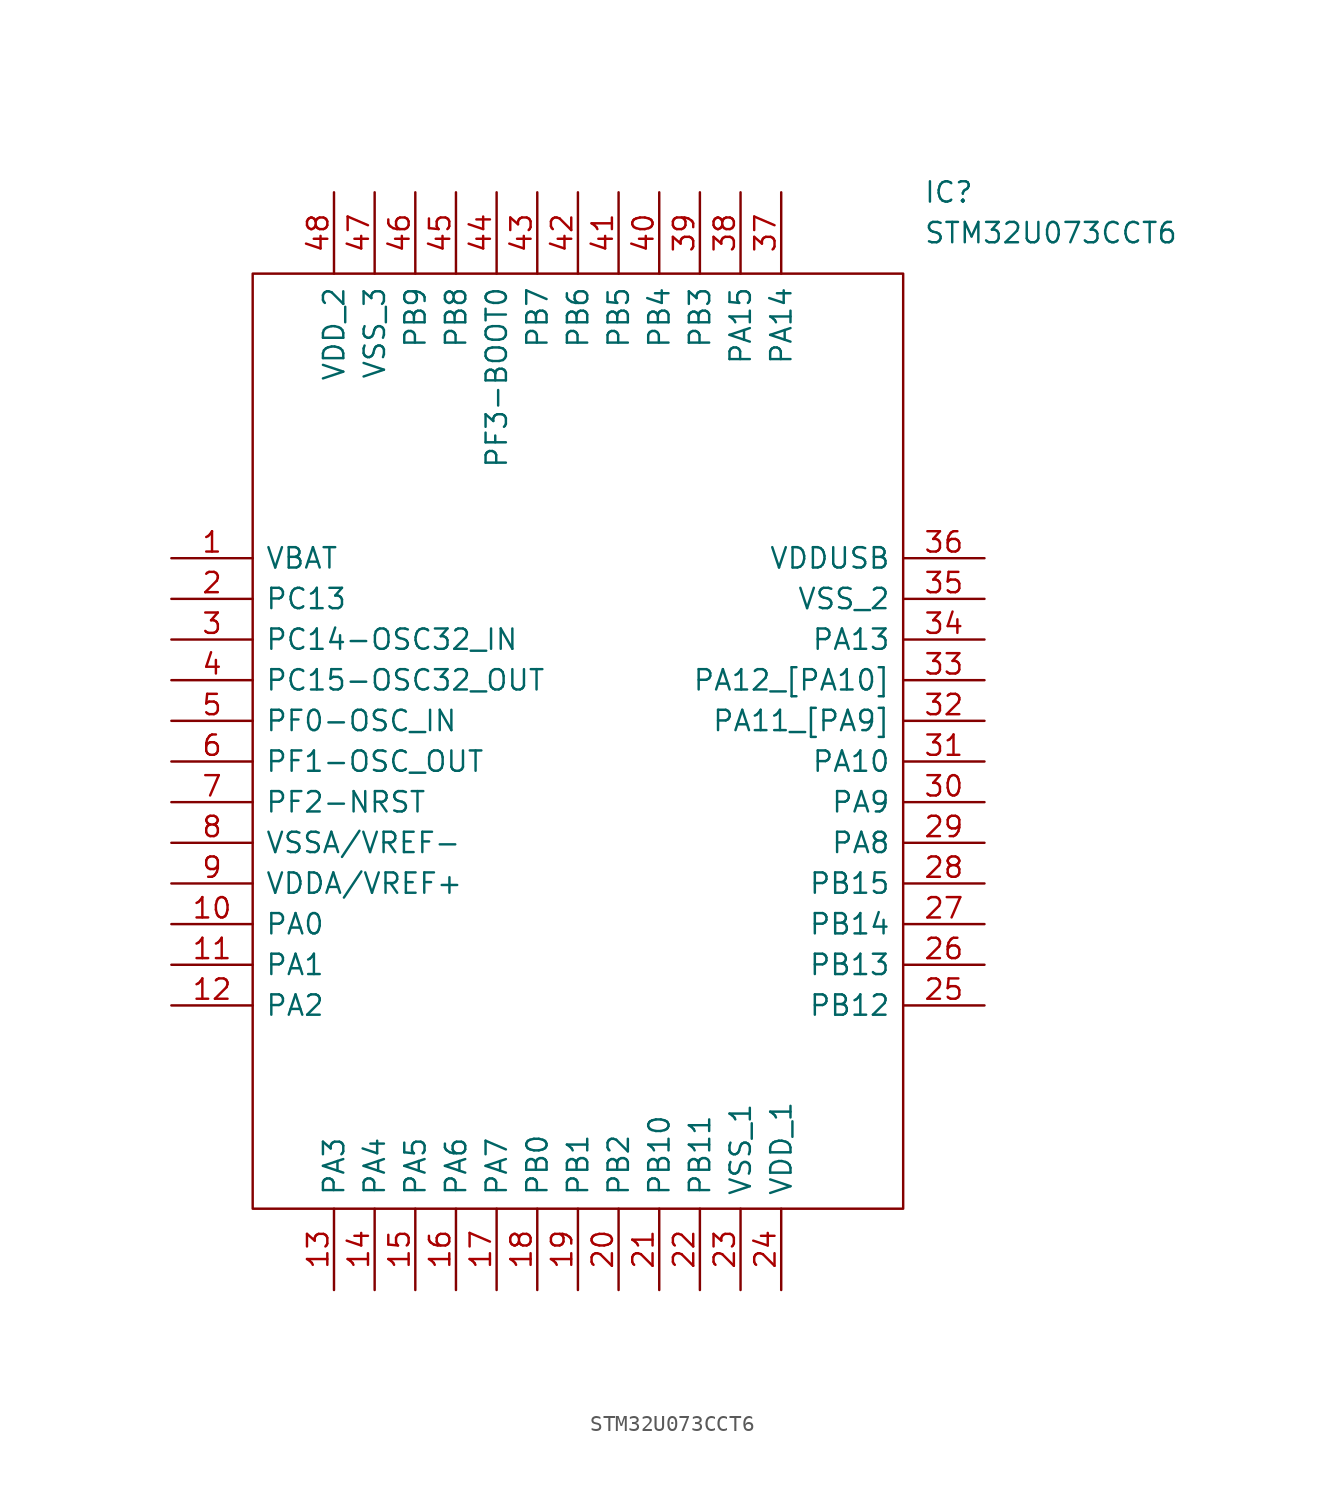
<source format=kicad_sym>
(kicad_symbol_lib
  (version 20231120)
  (generator "kicad_symbol_editor")
  (generator_version "8.0")
  (symbol "STM32U073CCT6"
    (pin_names
      (offset 0.762))
    (property "Reference" "IC"
      (at 46.99 22.86 0)
      (effects (font (size 1.27 1.27)) (justify left)))
    (property "Value" "STM32U073CCT6"
      (at 46.99 20.32 0)
      (effects (font (size 1.27 1.27)) (justify left)))
    (symbol "STM32U073CCT6_0_0"
      (pin passive line (at 0 0 0) (length 5.08) (name "VBAT" (effects (font (size 1.27 1.27)))) (number "1" (effects (font (size 1.27 1.27)))))
      (pin passive line (at 0 -22.86 0) (length 5.08) (name "PA0" (effects (font (size 1.27 1.27)))) (number "10" (effects (font (size 1.27 1.27)))))
      (pin passive line (at 0 -25.4 0) (length 5.08) (name "PA1" (effects (font (size 1.27 1.27)))) (number "11" (effects (font (size 1.27 1.27)))))
      (pin passive line (at 0 -27.94 0) (length 5.08) (name "PA2" (effects (font (size 1.27 1.27)))) (number "12" (effects (font (size 1.27 1.27)))))
      (pin passive line (at 10.16 -45.72 90) (length 5.08) (name "PA3" (effects (font (size 1.27 1.27)))) (number "13" (effects (font (size 1.27 1.27)))))
      (pin passive line (at 12.7 -45.72 90) (length 5.08) (name "PA4" (effects (font (size 1.27 1.27)))) (number "14" (effects (font (size 1.27 1.27)))))
      (pin passive line (at 15.24 -45.72 90) (length 5.08) (name "PA5" (effects (font (size 1.27 1.27)))) (number "15" (effects (font (size 1.27 1.27)))))
      (pin passive line (at 17.78 -45.72 90) (length 5.08) (name "PA6" (effects (font (size 1.27 1.27)))) (number "16" (effects (font (size 1.27 1.27)))))
      (pin passive line (at 20.32 -45.72 90) (length 5.08) (name "PA7" (effects (font (size 1.27 1.27)))) (number "17" (effects (font (size 1.27 1.27)))))
      (pin passive line (at 22.86 -45.72 90) (length 5.08) (name "PB0" (effects (font (size 1.27 1.27)))) (number "18" (effects (font (size 1.27 1.27)))))
      (pin passive line (at 25.4 -45.72 90) (length 5.08) (name "PB1" (effects (font (size 1.27 1.27)))) (number "19" (effects (font (size 1.27 1.27)))))
      (pin passive line (at 0 -2.54 0) (length 5.08) (name "PC13" (effects (font (size 1.27 1.27)))) (number "2" (effects (font (size 1.27 1.27)))))
      (pin passive line (at 27.94 -45.72 90) (length 5.08) (name "PB2" (effects (font (size 1.27 1.27)))) (number "20" (effects (font (size 1.27 1.27)))))
      (pin passive line (at 30.48 -45.72 90) (length 5.08) (name "PB10" (effects (font (size 1.27 1.27)))) (number "21" (effects (font (size 1.27 1.27)))))
      (pin passive line (at 33.02 -45.72 90) (length 5.08) (name "PB11" (effects (font (size 1.27 1.27)))) (number "22" (effects (font (size 1.27 1.27)))))
      (pin passive line (at 35.56 -45.72 90) (length 5.08) (name "VSS_1" (effects (font (size 1.27 1.27)))) (number "23" (effects (font (size 1.27 1.27)))))
      (pin passive line (at 38.1 -45.72 90) (length 5.08) (name "VDD_1" (effects (font (size 1.27 1.27)))) (number "24" (effects (font (size 1.27 1.27)))))
      (pin passive line (at 50.8 -27.94 180) (length 5.08) (name "PB12" (effects (font (size 1.27 1.27)))) (number "25" (effects (font (size 1.27 1.27)))))
      (pin passive line (at 50.8 -25.4 180) (length 5.08) (name "PB13" (effects (font (size 1.27 1.27)))) (number "26" (effects (font (size 1.27 1.27)))))
      (pin passive line (at 50.8 -22.86 180) (length 5.08) (name "PB14" (effects (font (size 1.27 1.27)))) (number "27" (effects (font (size 1.27 1.27)))))
      (pin passive line (at 50.8 -20.32 180) (length 5.08) (name "PB15" (effects (font (size 1.27 1.27)))) (number "28" (effects (font (size 1.27 1.27)))))
      (pin passive line (at 50.8 -17.78 180) (length 5.08) (name "PA8" (effects (font (size 1.27 1.27)))) (number "29" (effects (font (size 1.27 1.27)))))
      (pin passive line (at 0 -5.08 0) (length 5.08) (name "PC14-OSC32_IN" (effects (font (size 1.27 1.27)))) (number "3" (effects (font (size 1.27 1.27)))))
      (pin passive line (at 50.8 -15.24 180) (length 5.08) (name "PA9" (effects (font (size 1.27 1.27)))) (number "30" (effects (font (size 1.27 1.27)))))
      (pin passive line (at 50.8 -12.7 180) (length 5.08) (name "PA10" (effects (font (size 1.27 1.27)))) (number "31" (effects (font (size 1.27 1.27)))))
      (pin passive line (at 50.8 -10.16 180) (length 5.08) (name "PA11_[PA9]" (effects (font (size 1.27 1.27)))) (number "32" (effects (font (size 1.27 1.27)))))
      (pin passive line (at 50.8 -7.62 180) (length 5.08) (name "PA12_[PA10]" (effects (font (size 1.27 1.27)))) (number "33" (effects (font (size 1.27 1.27)))))
      (pin passive line (at 50.8 -5.08 180) (length 5.08) (name "PA13" (effects (font (size 1.27 1.27)))) (number "34" (effects (font (size 1.27 1.27)))))
      (pin passive line (at 50.8 -2.54 180) (length 5.08) (name "VSS_2" (effects (font (size 1.27 1.27)))) (number "35" (effects (font (size 1.27 1.27)))))
      (pin passive line (at 50.8 0 180) (length 5.08) (name "VDDUSB" (effects (font (size 1.27 1.27)))) (number "36" (effects (font (size 1.27 1.27)))))
      (pin passive line (at 38.1 22.86 270) (length 5.08) (name "PA14" (effects (font (size 1.27 1.27)))) (number "37" (effects (font (size 1.27 1.27)))))
      (pin passive line (at 35.56 22.86 270) (length 5.08) (name "PA15" (effects (font (size 1.27 1.27)))) (number "38" (effects (font (size 1.27 1.27)))))
      (pin passive line (at 33.02 22.86 270) (length 5.08) (name "PB3" (effects (font (size 1.27 1.27)))) (number "39" (effects (font (size 1.27 1.27)))))
      (pin passive line (at 0 -7.62 0) (length 5.08) (name "PC15-OSC32_OUT" (effects (font (size 1.27 1.27)))) (number "4" (effects (font (size 1.27 1.27)))))
      (pin passive line (at 30.48 22.86 270) (length 5.08) (name "PB4" (effects (font (size 1.27 1.27)))) (number "40" (effects (font (size 1.27 1.27)))))
      (pin passive line (at 27.94 22.86 270) (length 5.08) (name "PB5" (effects (font (size 1.27 1.27)))) (number "41" (effects (font (size 1.27 1.27)))))
      (pin passive line (at 25.4 22.86 270) (length 5.08) (name "PB6" (effects (font (size 1.27 1.27)))) (number "42" (effects (font (size 1.27 1.27)))))
      (pin passive line (at 22.86 22.86 270) (length 5.08) (name "PB7" (effects (font (size 1.27 1.27)))) (number "43" (effects (font (size 1.27 1.27)))))
      (pin passive line (at 20.32 22.86 270) (length 5.08) (name "PF3-BOOT0" (effects (font (size 1.27 1.27)))) (number "44" (effects (font (size 1.27 1.27)))))
      (pin passive line (at 17.78 22.86 270) (length 5.08) (name "PB8" (effects (font (size 1.27 1.27)))) (number "45" (effects (font (size 1.27 1.27)))))
      (pin passive line (at 15.24 22.86 270) (length 5.08) (name "PB9" (effects (font (size 1.27 1.27)))) (number "46" (effects (font (size 1.27 1.27)))))
      (pin passive line (at 12.7 22.86 270) (length 5.08) (name "VSS_3" (effects (font (size 1.27 1.27)))) (number "47" (effects (font (size 1.27 1.27)))))
      (pin passive line (at 10.16 22.86 270) (length 5.08) (name "VDD_2" (effects (font (size 1.27 1.27)))) (number "48" (effects (font (size 1.27 1.27)))))
      (pin passive line (at 0 -10.16 0) (length 5.08) (name "PF0-OSC_IN" (effects (font (size 1.27 1.27)))) (number "5" (effects (font (size 1.27 1.27)))))
      (pin passive line (at 0 -12.7 0) (length 5.08) (name "PF1-OSC_OUT" (effects (font (size 1.27 1.27)))) (number "6" (effects (font (size 1.27 1.27)))))
      (pin passive line (at 0 -15.24 0) (length 5.08) (name "PF2-NRST" (effects (font (size 1.27 1.27)))) (number "7" (effects (font (size 1.27 1.27)))))
      (pin passive line (at 0 -17.78 0) (length 5.08) (name "VSSA/VREF-" (effects (font (size 1.27 1.27)))) (number "8" (effects (font (size 1.27 1.27)))))
      (pin passive line (at 0 -20.32 0) (length 5.08) (name "VDDA/VREF+" (effects (font (size 1.27 1.27)))) (number "9" (effects (font (size 1.27 1.27))))))
    (symbol "STM32U073CCT6_0_1"
      (polyline (pts (xy 5.08 17.78) (xy 45.72 17.78) (xy 45.72 -40.64) (xy 5.08 -40.64) (xy 5.08 17.78)) (stroke (width 0.152) (type solid)) (fill (type none))))))
</source>
